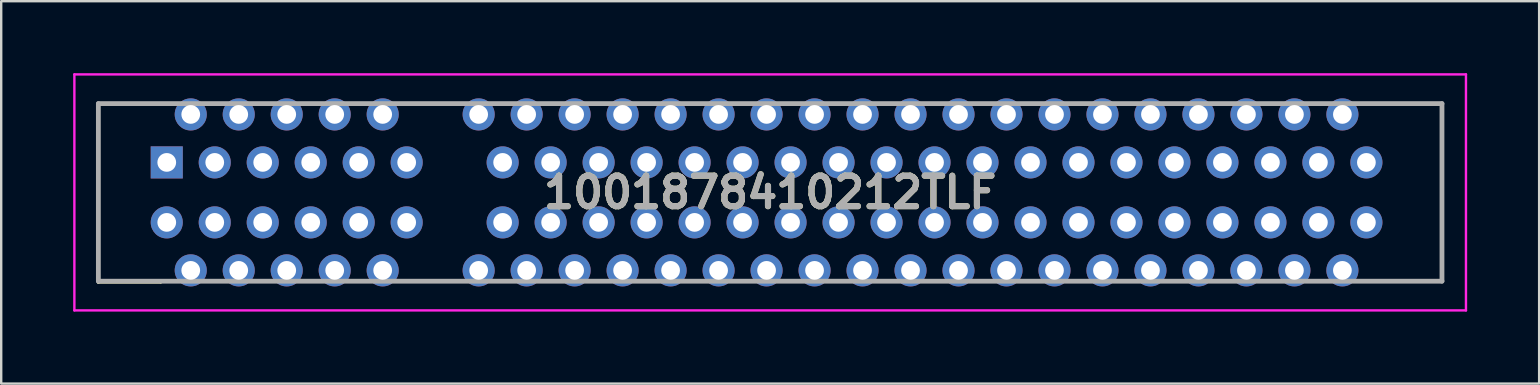
<source format=kicad_pcb>
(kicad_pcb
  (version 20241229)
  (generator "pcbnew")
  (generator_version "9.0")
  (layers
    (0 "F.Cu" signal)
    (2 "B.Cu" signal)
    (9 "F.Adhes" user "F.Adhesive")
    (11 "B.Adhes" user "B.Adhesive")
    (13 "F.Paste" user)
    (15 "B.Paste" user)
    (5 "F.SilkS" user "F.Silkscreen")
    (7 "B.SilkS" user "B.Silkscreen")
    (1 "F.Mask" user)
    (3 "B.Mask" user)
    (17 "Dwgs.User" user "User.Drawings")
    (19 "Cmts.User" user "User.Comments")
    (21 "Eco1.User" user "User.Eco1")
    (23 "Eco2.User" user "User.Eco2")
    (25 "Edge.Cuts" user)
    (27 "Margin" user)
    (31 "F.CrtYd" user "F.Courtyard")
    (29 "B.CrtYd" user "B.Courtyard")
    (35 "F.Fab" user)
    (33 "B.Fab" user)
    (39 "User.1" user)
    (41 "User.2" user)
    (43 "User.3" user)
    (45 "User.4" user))
  (footprint "1001878410212TLF"
    (layer "F.Cu")
    (at 3.9 3.719)
    (property "Reference" "1001878410212TLF" (at 25.15 1.25 0) (layer "F.SilkS") (effects (font (size 1.27 1.27) (thickness 0.254))))
    (attr through_hole)
    (fp_line (start -2.85 -2.45) (end -2.85 -2.45) (stroke (width 0.1) (type solid)) (layer "F.SilkS"))
    (fp_line (start -2.85 -2.45) (end -2.85 -2.45) (stroke (width 0.1) (type solid)) (layer "F.SilkS"))
    (fp_line (start -2.85 -2.45) (end -2.85 5) (stroke (width 0.1) (type solid)) (layer "F.SilkS"))
    (fp_line (start -2.85 -2.45) (end -0.25 -2.45) (stroke (width 0.1) (type solid)) (layer "F.SilkS"))
    (fp_line (start -2.85 4.95) (end -2.85 5) (stroke (width 0.1) (type solid)) (layer "F.SilkS"))
    (fp_line (start -2.85 5) (end -2.85 -2.45) (stroke (width 0.1) (type solid)) (layer "F.SilkS"))
    (fp_line (start -2.85 5) (end -2.85 5) (stroke (width 0.1) (type solid)) (layer "F.SilkS"))
    (fp_line (start -2.85 5) (end -0.25 5) (stroke (width 0.1) (type solid)) (layer "F.SilkS"))
    (fp_line (start -0.25 -2.45) (end -2.85 -2.45) (stroke (width 0.1) (type solid)) (layer "F.SilkS"))
    (fp_line (start -0.25 -2.45) (end -0.25 -2.45) (stroke (width 0.1) (type solid)) (layer "F.SilkS"))
    (fp_line (start -0.25 4.95) (end -2.85 4.95) (stroke (width 0.1) (type solid)) (layer "F.SilkS"))
    (fp_line (start -0.25 5) (end -0.25 4.95) (stroke (width 0.1) (type solid)) (layer "F.SilkS"))
    (fp_line (start 50 -2.45) (end 50 -2.45) (stroke (width 0.1) (type solid)) (layer "F.SilkS"))
    (fp_line (start 50 -2.45) (end 53.15 -2.45) (stroke (width 0.1) (type solid)) (layer "F.SilkS"))
    (fp_line (start 50 4.95) (end 50 4.95) (stroke (width 0.1) (type solid)) (layer "F.SilkS"))
    (fp_line (start 50 4.95) (end 53.15 4.95) (stroke (width 0.1) (type solid)) (layer "F.SilkS"))
    (fp_line (start 53.15 -2.45) (end 50 -2.45) (stroke (width 0.1) (type solid)) (layer "F.SilkS"))
    (fp_line (start 53.15 -2.45) (end 53.15 -2.45) (stroke (width 0.1) (type solid)) (layer "F.SilkS"))
    (fp_line (start 53.15 -2.45) (end 53.15 -2.45) (stroke (width 0.1) (type solid)) (layer "F.SilkS"))
    (fp_line (start 53.15 -2.45) (end 53.15 4.95) (stroke (width 0.1) (type solid)) (layer "F.SilkS"))
    (fp_line (start 53.15 4.95) (end 50 4.95) (stroke (width 0.1) (type solid)) (layer "F.SilkS"))
    (fp_line (start 53.15 4.95) (end 53.15 -2.45) (stroke (width 0.1) (type solid)) (layer "F.SilkS"))
    (fp_line (start 53.15 4.95) (end 53.15 4.95) (stroke (width 0.1) (type solid)) (layer "F.SilkS"))
    (fp_line (start 53.15 4.95) (end 53.15 4.95) (stroke (width 0.1) (type solid)) (layer "F.SilkS"))
    (fp_line (start -3.85 -3.669) (end 54.15 -3.669) (stroke (width 0.1) (type solid)) (layer "F.CrtYd"))
    (fp_line (start -3.85 6.169) (end -3.85 -3.669) (stroke (width 0.1) (type solid)) (layer "F.CrtYd"))
    (fp_line (start 54.15 -3.669) (end 54.15 6.169) (stroke (width 0.1) (type solid)) (layer "F.CrtYd"))
    (fp_line (start 54.15 6.169) (end -3.85 6.169) (stroke (width 0.1) (type solid)) (layer "F.CrtYd"))
    (fp_line (start -2.85 -2.45) (end -2.85 4.95) (stroke (width 0.2) (type solid)) (layer "F.Fab"))
    (fp_line (start -2.85 4.95) (end 53.15 4.95) (stroke (width 0.2) (type solid)) (layer "F.Fab"))
    (fp_line (start 53.15 -2.45) (end -2.85 -2.45) (stroke (width 0.2) (type solid)) (layer "F.Fab"))
    (fp_line (start 53.15 4.95) (end 53.15 -2.45) (stroke (width 0.2) (type solid)) (layer "F.Fab"))
    (fp_text user "${REFERENCE}" (at 25.15 1.25 0) (layer "F.Fab") (effects (font (size 1.27 1.27) (thickness 0.254))))
    (pad "" np_thru_hole circle (at 11.65 1.25) (size 0.001 0.001) (drill 2.4) (layers "*.Cu" "*.Mask"))
    (pad "" np_thru_hole circle (at 51.8 1.25) (size 0.001 0.001) (drill 2.4) (layers "*.Cu" "*.Mask"))
    (pad "A1" thru_hole rect (at 0 0) (size 1.337 1.337) (drill 0.78) (layers "*.Cu" "*.Mask"))
    (pad "A2" thru_hole circle (at 1 -2) (size 1.337 1.337) (drill 0.78) (layers "*.Cu" "*.Mask"))
    (pad "A3" thru_hole circle (at 2 0) (size 1.337 1.337) (drill 0.78) (layers "*.Cu" "*.Mask"))
    (pad "A4" thru_hole circle (at 3 -2) (size 1.337 1.337) (drill 0.78) (layers "*.Cu" "*.Mask"))
    (pad "A5" thru_hole circle (at 4 0) (size 1.337 1.337) (drill 0.78) (layers "*.Cu" "*.Mask"))
    (pad "A6" thru_hole circle (at 5 -2) (size 1.337 1.337) (drill 0.78) (layers "*.Cu" "*.Mask"))
    (pad "A7" thru_hole circle (at 6 0) (size 1.337 1.337) (drill 0.78) (layers "*.Cu" "*.Mask"))
    (pad "A8" thru_hole circle (at 7 -2) (size 1.337 1.337) (drill 0.78) (layers "*.Cu" "*.Mask"))
    (pad "A9" thru_hole circle (at 8 0) (size 1.337 1.337) (drill 0.78) (layers "*.Cu" "*.Mask"))
    (pad "A10" thru_hole circle (at 9 -2) (size 1.337 1.337) (drill 0.78) (layers "*.Cu" "*.Mask"))
    (pad "A11" thru_hole circle (at 10 0) (size 1.337 1.337) (drill 0.78) (layers "*.Cu" "*.Mask"))
    (pad "A12" thru_hole circle (at 13 -2) (size 1.337 1.337) (drill 0.78) (layers "*.Cu" "*.Mask"))
    (pad "A13" thru_hole circle (at 14 0) (size 1.337 1.337) (drill 0.78) (layers "*.Cu" "*.Mask"))
    (pad "A14" thru_hole circle (at 15 -2) (size 1.337 1.337) (drill 0.78) (layers "*.Cu" "*.Mask"))
    (pad "A15" thru_hole circle (at 16 0) (size 1.337 1.337) (drill 0.78) (layers "*.Cu" "*.Mask"))
    (pad "A16" thru_hole circle (at 17 -2) (size 1.337 1.337) (drill 0.78) (layers "*.Cu" "*.Mask"))
    (pad "A17" thru_hole circle (at 18 0) (size 1.337 1.337) (drill 0.78) (layers "*.Cu" "*.Mask"))
    (pad "A18" thru_hole circle (at 19 -2) (size 1.337 1.337) (drill 0.78) (layers "*.Cu" "*.Mask"))
    (pad "A19" thru_hole circle (at 20 0) (size 1.337 1.337) (drill 0.78) (layers "*.Cu" "*.Mask"))
    (pad "A20" thru_hole circle (at 21 -2) (size 1.337 1.337) (drill 0.78) (layers "*.Cu" "*.Mask"))
    (pad "A21" thru_hole circle (at 22 0) (size 1.337 1.337) (drill 0.78) (layers "*.Cu" "*.Mask"))
    (pad "A22" thru_hole circle (at 23 -2) (size 1.337 1.337) (drill 0.78) (layers "*.Cu" "*.Mask"))
    (pad "A23" thru_hole circle (at 24 0) (size 1.337 1.337) (drill 0.78) (layers "*.Cu" "*.Mask"))
    (pad "A24" thru_hole circle (at 25 -2) (size 1.337 1.337) (drill 0.78) (layers "*.Cu" "*.Mask"))
    (pad "A25" thru_hole circle (at 26 0) (size 1.337 1.337) (drill 0.78) (layers "*.Cu" "*.Mask"))
    (pad "A26" thru_hole circle (at 27 -2) (size 1.337 1.337) (drill 0.78) (layers "*.Cu" "*.Mask"))
    (pad "A27" thru_hole circle (at 28 0) (size 1.337 1.337) (drill 0.78) (layers "*.Cu" "*.Mask"))
    (pad "A28" thru_hole circle (at 29 -2) (size 1.337 1.337) (drill 0.78) (layers "*.Cu" "*.Mask"))
    (pad "A29" thru_hole circle (at 30 0) (size 1.337 1.337) (drill 0.78) (layers "*.Cu" "*.Mask"))
    (pad "A30" thru_hole circle (at 31 -2) (size 1.337 1.337) (drill 0.78) (layers "*.Cu" "*.Mask"))
    (pad "A31" thru_hole circle (at 32 0) (size 1.337 1.337) (drill 0.78) (layers "*.Cu" "*.Mask"))
    (pad "A32" thru_hole circle (at 33 -2) (size 1.337 1.337) (drill 0.78) (layers "*.Cu" "*.Mask"))
    (pad "A33" thru_hole circle (at 34 0) (size 1.337 1.337) (drill 0.78) (layers "*.Cu" "*.Mask"))
    (pad "A34" thru_hole circle (at 35 -2) (size 1.337 1.337) (drill 0.78) (layers "*.Cu" "*.Mask"))
    (pad "A35" thru_hole circle (at 36 0) (size 1.337 1.337) (drill 0.78) (layers "*.Cu" "*.Mask"))
    (pad "A36" thru_hole circle (at 37 -2) (size 1.337 1.337) (drill 0.78) (layers "*.Cu" "*.Mask"))
    (pad "A37" thru_hole circle (at 38 0) (size 1.337 1.337) (drill 0.78) (layers "*.Cu" "*.Mask"))
    (pad "A38" thru_hole circle (at 39 -2) (size 1.337 1.337) (drill 0.78) (layers "*.Cu" "*.Mask"))
    (pad "A39" thru_hole circle (at 40 0) (size 1.337 1.337) (drill 0.78) (layers "*.Cu" "*.Mask"))
    (pad "A40" thru_hole circle (at 41 -2) (size 1.337 1.337) (drill 0.78) (layers "*.Cu" "*.Mask"))
    (pad "A41" thru_hole circle (at 42 0) (size 1.337 1.337) (drill 0.78) (layers "*.Cu" "*.Mask"))
    (pad "A42" thru_hole circle (at 43 -2) (size 1.337 1.337) (drill 0.78) (layers "*.Cu" "*.Mask"))
    (pad "A43" thru_hole circle (at 44 0) (size 1.337 1.337) (drill 0.78) (layers "*.Cu" "*.Mask"))
    (pad "A44" thru_hole circle (at 45 -2) (size 1.337 1.337) (drill 0.78) (layers "*.Cu" "*.Mask"))
    (pad "A45" thru_hole circle (at 46 0) (size 1.337 1.337) (drill 0.78) (layers "*.Cu" "*.Mask"))
    (pad "A46" thru_hole circle (at 47 -2) (size 1.337 1.337) (drill 0.78) (layers "*.Cu" "*.Mask"))
    (pad "A47" thru_hole circle (at 48 0) (size 1.337 1.337) (drill 0.78) (layers "*.Cu" "*.Mask"))
    (pad "A48" thru_hole circle (at 49 -2) (size 1.337 1.337) (drill 0.78) (layers "*.Cu" "*.Mask"))
    (pad "A49" thru_hole circle (at 50 0) (size 1.337 1.337) (drill 0.78) (layers "*.Cu" "*.Mask"))
    (pad "B1" thru_hole circle (at 0 2.5) (size 1.337 1.337) (drill 0.78) (layers "*.Cu" "*.Mask"))
    (pad "B2" thru_hole circle (at 1 4.5) (size 1.337 1.337) (drill 0.78) (layers "*.Cu" "*.Mask"))
    (pad "B3" thru_hole circle (at 2 2.5) (size 1.337 1.337) (drill 0.78) (layers "*.Cu" "*.Mask"))
    (pad "B4" thru_hole circle (at 3 4.5) (size 1.337 1.337) (drill 0.78) (layers "*.Cu" "*.Mask"))
    (pad "B5" thru_hole circle (at 4 2.5) (size 1.337 1.337) (drill 0.78) (layers "*.Cu" "*.Mask"))
    (pad "B6" thru_hole circle (at 5 4.5) (size 1.337 1.337) (drill 0.78) (layers "*.Cu" "*.Mask"))
    (pad "B7" thru_hole circle (at 6 2.5) (size 1.337 1.337) (drill 0.78) (layers "*.Cu" "*.Mask"))
    (pad "B8" thru_hole circle (at 7 4.5) (size 1.337 1.337) (drill 0.78) (layers "*.Cu" "*.Mask"))
    (pad "B9" thru_hole circle (at 8 2.5) (size 1.337 1.337) (drill 0.78) (layers "*.Cu" "*.Mask"))
    (pad "B10" thru_hole circle (at 9 4.5) (size 1.337 1.337) (drill 0.78) (layers "*.Cu" "*.Mask"))
    (pad "B11" thru_hole circle (at 10 2.5) (size 1.337 1.337) (drill 0.78) (layers "*.Cu" "*.Mask"))
    (pad "B12" thru_hole circle (at 13 4.5) (size 1.337 1.337) (drill 0.78) (layers "*.Cu" "*.Mask"))
    (pad "B13" thru_hole circle (at 14 2.5) (size 1.337 1.337) (drill 0.78) (layers "*.Cu" "*.Mask"))
    (pad "B14" thru_hole circle (at 15 4.5) (size 1.337 1.337) (drill 0.78) (layers "*.Cu" "*.Mask"))
    (pad "B15" thru_hole circle (at 16 2.5) (size 1.337 1.337) (drill 0.78) (layers "*.Cu" "*.Mask"))
    (pad "B16" thru_hole circle (at 17 4.5) (size 1.337 1.337) (drill 0.78) (layers "*.Cu" "*.Mask"))
    (pad "B17" thru_hole circle (at 18 2.5) (size 1.337 1.337) (drill 0.78) (layers "*.Cu" "*.Mask"))
    (pad "B18" thru_hole circle (at 19 4.5) (size 1.337 1.337) (drill 0.78) (layers "*.Cu" "*.Mask"))
    (pad "B19" thru_hole circle (at 20 2.5) (size 1.337 1.337) (drill 0.78) (layers "*.Cu" "*.Mask"))
    (pad "B20" thru_hole circle (at 21 4.5) (size 1.337 1.337) (drill 0.78) (layers "*.Cu" "*.Mask"))
    (pad "B21" thru_hole circle (at 22 2.5) (size 1.337 1.337) (drill 0.78) (layers "*.Cu" "*.Mask"))
    (pad "B22" thru_hole circle (at 23 4.5) (size 1.337 1.337) (drill 0.78) (layers "*.Cu" "*.Mask"))
    (pad "B23" thru_hole circle (at 24 2.5) (size 1.337 1.337) (drill 0.78) (layers "*.Cu" "*.Mask"))
    (pad "B24" thru_hole circle (at 25 4.5) (size 1.337 1.337) (drill 0.78) (layers "*.Cu" "*.Mask"))
    (pad "B25" thru_hole circle (at 26 2.5) (size 1.337 1.337) (drill 0.78) (layers "*.Cu" "*.Mask"))
    (pad "B26" thru_hole circle (at 27 4.5) (size 1.337 1.337) (drill 0.78) (layers "*.Cu" "*.Mask"))
    (pad "B27" thru_hole circle (at 28 2.5) (size 1.337 1.337) (drill 0.78) (layers "*.Cu" "*.Mask"))
    (pad "B28" thru_hole circle (at 29 4.5) (size 1.337 1.337) (drill 0.78) (layers "*.Cu" "*.Mask"))
    (pad "B29" thru_hole circle (at 30 2.5) (size 1.337 1.337) (drill 0.78) (layers "*.Cu" "*.Mask"))
    (pad "B30" thru_hole circle (at 31 4.5) (size 1.337 1.337) (drill 0.78) (layers "*.Cu" "*.Mask"))
    (pad "B31" thru_hole circle (at 32 2.5) (size 1.337 1.337) (drill 0.78) (layers "*.Cu" "*.Mask"))
    (pad "B32" thru_hole circle (at 33 4.5) (size 1.337 1.337) (drill 0.78) (layers "*.Cu" "*.Mask"))
    (pad "B33" thru_hole circle (at 34 2.5) (size 1.337 1.337) (drill 0.78) (layers "*.Cu" "*.Mask"))
    (pad "B34" thru_hole circle (at 35 4.5) (size 1.337 1.337) (drill 0.78) (layers "*.Cu" "*.Mask"))
    (pad "B35" thru_hole circle (at 36 2.5) (size 1.337 1.337) (drill 0.78) (layers "*.Cu" "*.Mask"))
    (pad "B36" thru_hole circle (at 37 4.5) (size 1.337 1.337) (drill 0.78) (layers "*.Cu" "*.Mask"))
    (pad "B37" thru_hole circle (at 38 2.5) (size 1.337 1.337) (drill 0.78) (layers "*.Cu" "*.Mask"))
    (pad "B38" thru_hole circle (at 39 4.5) (size 1.337 1.337) (drill 0.78) (layers "*.Cu" "*.Mask"))
    (pad "B39" thru_hole circle (at 40 2.5) (size 1.337 1.337) (drill 0.78) (layers "*.Cu" "*.Mask"))
    (pad "B40" thru_hole circle (at 41 4.5) (size 1.337 1.337) (drill 0.78) (layers "*.Cu" "*.Mask"))
    (pad "B41" thru_hole circle (at 42 2.5) (size 1.337 1.337) (drill 0.78) (layers "*.Cu" "*.Mask"))
    (pad "B42" thru_hole circle (at 43 4.5) (size 1.337 1.337) (drill 0.78) (layers "*.Cu" "*.Mask"))
    (pad "B43" thru_hole circle (at 44 2.5) (size 1.337 1.337) (drill 0.78) (layers "*.Cu" "*.Mask"))
    (pad "B44" thru_hole circle (at 45 4.5) (size 1.337 1.337) (drill 0.78) (layers "*.Cu" "*.Mask"))
    (pad "B45" thru_hole circle (at 46 2.5) (size 1.337 1.337) (drill 0.78) (layers "*.Cu" "*.Mask"))
    (pad "B46" thru_hole circle (at 47 4.5) (size 1.337 1.337) (drill 0.78) (layers "*.Cu" "*.Mask"))
    (pad "B47" thru_hole circle (at 48 2.5) (size 1.337 1.337) (drill 0.78) (layers "*.Cu" "*.Mask"))
    (pad "B48" thru_hole circle (at 49 4.5) (size 1.337 1.337) (drill 0.78) (layers "*.Cu" "*.Mask"))
    (pad "B49" thru_hole circle (at 50 2.5) (size 1.337 1.337) (drill 0.78) (layers "*.Cu" "*.Mask")))
  (gr_rect
    (start -3 -3)
    (end 61.1 12.938)
    (stroke (width 0.1) (type default))
    (fill no)
    (layer "Edge.Cuts")))
</source>
